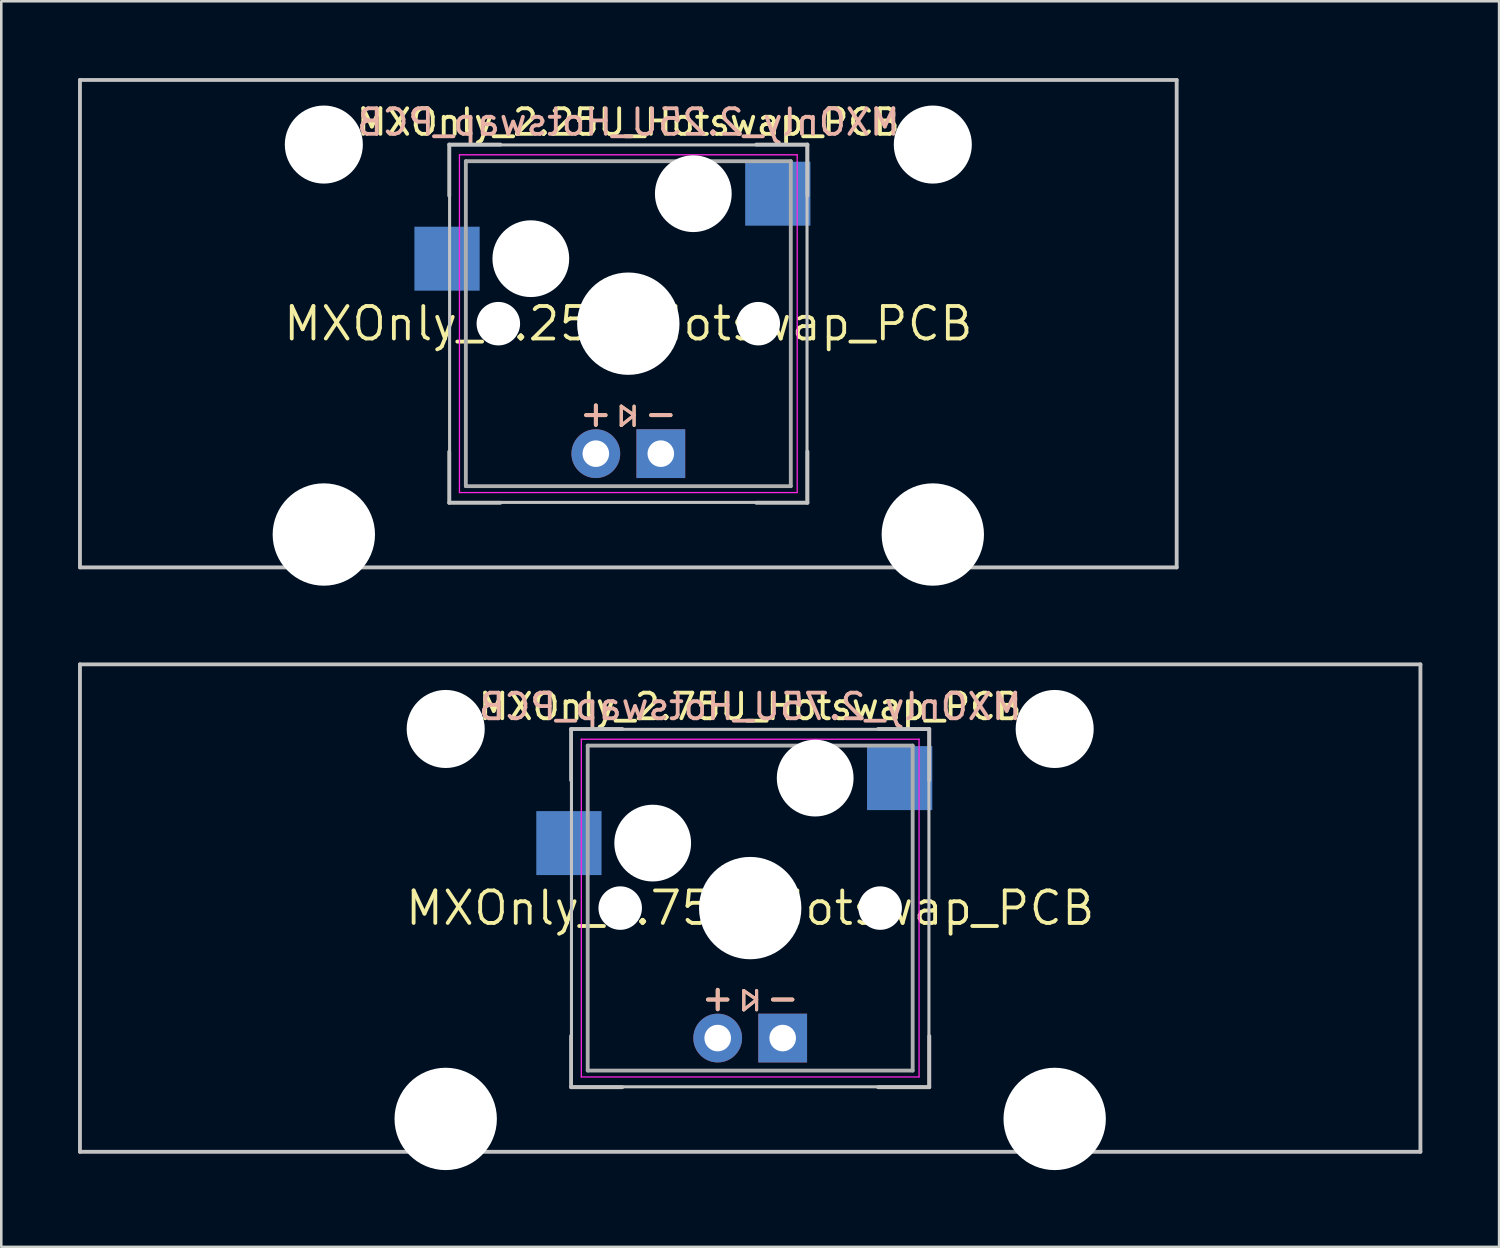
<source format=kicad_pcb>
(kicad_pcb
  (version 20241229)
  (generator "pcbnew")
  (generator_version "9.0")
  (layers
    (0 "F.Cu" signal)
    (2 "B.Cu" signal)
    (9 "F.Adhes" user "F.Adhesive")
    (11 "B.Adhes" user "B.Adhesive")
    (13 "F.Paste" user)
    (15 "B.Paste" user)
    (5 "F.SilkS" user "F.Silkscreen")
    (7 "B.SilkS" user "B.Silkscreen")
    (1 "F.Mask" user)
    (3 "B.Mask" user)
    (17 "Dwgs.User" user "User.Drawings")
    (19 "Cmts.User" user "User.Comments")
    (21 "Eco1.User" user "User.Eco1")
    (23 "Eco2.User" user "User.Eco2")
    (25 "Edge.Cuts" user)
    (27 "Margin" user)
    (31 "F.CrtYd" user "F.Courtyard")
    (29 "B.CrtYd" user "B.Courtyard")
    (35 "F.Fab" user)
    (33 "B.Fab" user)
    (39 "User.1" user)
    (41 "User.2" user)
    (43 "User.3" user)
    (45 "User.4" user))
  (footprint "MXOnly_2.25U_Hotswap_PCB"
    (layer "F.Cu")
    (at 21.506 9.6)
    (property "Reference" "MXOnly_2.25U_Hotswap_PCB" (at 0 0 0) (layer "F.SilkS") (effects (font (size 1.27 1.27) (thickness 0.15))))
    (attr through_hole)
    (fp_line (start -0.275 3.225) (end -0.275 3.975) (stroke (width 0.12) (type solid)) (layer "F.SilkS"))
    (fp_line (start -0.275 3.975) (end 0.225 3.575) (stroke (width 0.12) (type solid)) (layer "F.SilkS"))
    (fp_line (start 0.225 3.225) (end 0.225 3.975) (stroke (width 0.12) (type solid)) (layer "F.SilkS"))
    (fp_line (start 0.225 3.575) (end -0.275 3.225) (stroke (width 0.12) (type solid)) (layer "F.SilkS"))
    (fp_line (start -0.275 3.225) (end -0.275 3.975) (stroke (width 0.12) (type solid)) (layer "B.SilkS"))
    (fp_line (start -0.275 3.975) (end 0.225 3.575) (stroke (width 0.12) (type solid)) (layer "B.SilkS"))
    (fp_line (start 0.225 3.225) (end 0.225 3.975) (stroke (width 0.12) (type solid)) (layer "B.SilkS"))
    (fp_line (start 0.225 3.575) (end -0.275 3.225) (stroke (width 0.12) (type solid)) (layer "B.SilkS"))
    (fp_line (start -21.431 -9.525) (end 21.431 -9.525) (stroke (width 0.15) (type solid)) (layer "Dwgs.User"))
    (fp_line (start -21.431 9.525) (end -21.431 -9.525) (stroke (width 0.15) (type solid)) (layer "Dwgs.User"))
    (fp_line (start -7 -7) (end -7 -5) (stroke (width 0.15) (type solid)) (layer "Dwgs.User"))
    (fp_line (start -7 5) (end -7 7) (stroke (width 0.15) (type solid)) (layer "Dwgs.User"))
    (fp_line (start -7 7) (end -5 7) (stroke (width 0.15) (type solid)) (layer "Dwgs.User"))
    (fp_line (start -6.985 -6.985) (end 6.985 -6.985) (stroke (width 0.12) (type solid)) (layer "Dwgs.User"))
    (fp_line (start -6.985 6.985) (end -6.985 -6.985) (stroke (width 0.12) (type solid)) (layer "Dwgs.User"))
    (fp_line (start -5 -7) (end -7 -7) (stroke (width 0.15) (type solid)) (layer "Dwgs.User"))
    (fp_line (start 5 -7) (end 7 -7) (stroke (width 0.15) (type solid)) (layer "Dwgs.User"))
    (fp_line (start 5 7) (end 7 7) (stroke (width 0.15) (type solid)) (layer "Dwgs.User"))
    (fp_line (start 6.985 -6.985) (end 6.985 6.985) (stroke (width 0.12) (type solid)) (layer "Dwgs.User"))
    (fp_line (start 6.985 6.985) (end -6.985 6.985) (stroke (width 0.12) (type solid)) (layer "Dwgs.User"))
    (fp_line (start 7 -7) (end 7 -5) (stroke (width 0.15) (type solid)) (layer "Dwgs.User"))
    (fp_line (start 7 7) (end 7 5) (stroke (width 0.15) (type solid)) (layer "Dwgs.User"))
    (fp_line (start 21.431 -9.525) (end 21.431 9.525) (stroke (width 0.15) (type solid)) (layer "Dwgs.User"))
    (fp_line (start 21.431 9.525) (end -21.431 9.525) (stroke (width 0.15) (type solid)) (layer "Dwgs.User"))
    (fp_line (start -16.129 -2.286) (end -15.265 -2.286) (stroke (width 0.05) (type solid)) (layer "Eco1.User"))
    (fp_line (start -16.129 0.508) (end -16.129 -2.286) (stroke (width 0.05) (type solid)) (layer "Eco1.User"))
    (fp_line (start -15.265 -5.69) (end -8.611 -5.69) (stroke (width 0.05) (type solid)) (layer "Eco1.User"))
    (fp_line (start -15.265 -2.286) (end -15.265 -5.69) (stroke (width 0.05) (type solid)) (layer "Eco1.User"))
    (fp_line (start -15.265 0.508) (end -16.129 0.508) (stroke (width 0.05) (type solid)) (layer "Eco1.User"))
    (fp_line (start -15.265 6.604) (end -15.265 0.508) (stroke (width 0.05) (type solid)) (layer "Eco1.User"))
    (fp_line (start -14.224 6.604) (end -15.265 6.604) (stroke (width 0.05) (type solid)) (layer "Eco1.User"))
    (fp_line (start -14.224 7.772) (end -14.224 6.604) (stroke (width 0.05) (type solid)) (layer "Eco1.User"))
    (fp_line (start -9.652 6.604) (end -9.652 7.772) (stroke (width 0.05) (type solid)) (layer "Eco1.User"))
    (fp_line (start -9.652 7.772) (end -14.224 7.772) (stroke (width 0.05) (type solid)) (layer "Eco1.User"))
    (fp_line (start -8.611 -5.69) (end -8.611 -4.877) (stroke (width 0.05) (type solid)) (layer "Eco1.User"))
    (fp_line (start -8.611 -4.877) (end -6.985 -4.877) (stroke (width 0.05) (type solid)) (layer "Eco1.User"))
    (fp_line (start -8.611 5.817) (end -8.611 6.604) (stroke (width 0.05) (type solid)) (layer "Eco1.User"))
    (fp_line (start -8.611 6.604) (end -9.652 6.604) (stroke (width 0.05) (type solid)) (layer "Eco1.User"))
    (fp_line (start -6.985 -6.985) (end 6.985 -6.985) (stroke (width 0.05) (type solid)) (layer "Eco1.User"))
    (fp_line (start -6.985 -4.877) (end -6.985 -6.985) (stroke (width 0.05) (type solid)) (layer "Eco1.User"))
    (fp_line (start -6.985 5.817) (end -8.611 5.817) (stroke (width 0.05) (type solid)) (layer "Eco1.User"))
    (fp_line (start -6.985 6.985) (end -6.985 5.817) (stroke (width 0.05) (type solid)) (layer "Eco1.User"))
    (fp_line (start 6.985 -6.985) (end 6.985 -4.877) (stroke (width 0.05) (type solid)) (layer "Eco1.User"))
    (fp_line (start 6.985 -4.877) (end 8.611 -4.877) (stroke (width 0.05) (type solid)) (layer "Eco1.User"))
    (fp_line (start 6.985 5.817) (end 6.985 6.985) (stroke (width 0.05) (type solid)) (layer "Eco1.User"))
    (fp_line (start 6.985 6.985) (end -6.985 6.985) (stroke (width 0.05) (type solid)) (layer "Eco1.User"))
    (fp_line (start 8.611 -5.69) (end 15.265 -5.69) (stroke (width 0.05) (type solid)) (layer "Eco1.User"))
    (fp_line (start 8.611 -4.877) (end 8.611 -5.69) (stroke (width 0.05) (type solid)) (layer "Eco1.User"))
    (fp_line (start 8.611 5.817) (end 6.985 5.817) (stroke (width 0.05) (type solid)) (layer "Eco1.User"))
    (fp_line (start 8.611 6.604) (end 8.611 5.817) (stroke (width 0.05) (type solid)) (layer "Eco1.User"))
    (fp_line (start 9.652 6.604) (end 8.611 6.604) (stroke (width 0.05) (type solid)) (layer "Eco1.User"))
    (fp_line (start 9.652 7.772) (end 9.652 6.604) (stroke (width 0.05) (type solid)) (layer "Eco1.User"))
    (fp_line (start 14.224 6.604) (end 14.224 7.772) (stroke (width 0.05) (type solid)) (layer "Eco1.User"))
    (fp_line (start 14.224 7.772) (end 9.652 7.772) (stroke (width 0.05) (type solid)) (layer "Eco1.User"))
    (fp_line (start 15.265 -5.69) (end 15.265 -2.286) (stroke (width 0.05) (type solid)) (layer "Eco1.User"))
    (fp_line (start 15.265 -2.286) (end 16.129 -2.286) (stroke (width 0.05) (type solid)) (layer "Eco1.User"))
    (fp_line (start 15.265 0.508) (end 15.265 6.604) (stroke (width 0.05) (type solid)) (layer "Eco1.User"))
    (fp_line (start 15.265 6.604) (end 14.224 6.604) (stroke (width 0.05) (type solid)) (layer "Eco1.User"))
    (fp_line (start 16.129 -2.286) (end 16.129 0.508) (stroke (width 0.05) (type solid)) (layer "Eco1.User"))
    (fp_line (start 16.129 0.508) (end 15.265 0.508) (stroke (width 0.05) (type solid)) (layer "Eco1.User"))
    (fp_line (start -6.6 -6.6) (end 6.6 -6.6) (stroke (width 0.05) (type solid)) (layer "F.CrtYd"))
    (fp_line (start -6.6 6.6) (end -6.6 -6.6) (stroke (width 0.05) (type solid)) (layer "F.CrtYd"))
    (fp_line (start 6.6 -6.6) (end 6.6 6.6) (stroke (width 0.05) (type solid)) (layer "F.CrtYd"))
    (fp_line (start 6.6 6.6) (end -6.6 6.6) (stroke (width 0.05) (type solid)) (layer "F.CrtYd"))
    (fp_line (start -6.35 -6.35) (end 6.35 -6.35) (stroke (width 0.15) (type solid)) (layer "F.Fab"))
    (fp_line (start -6.35 6.35) (end -6.35 -6.35) (stroke (width 0.15) (type solid)) (layer "F.Fab"))
    (fp_line (start 6.35 -6.35) (end 6.35 6.35) (stroke (width 0.15) (type solid)) (layer "F.Fab"))
    (fp_line (start 6.35 6.35) (end -6.35 6.35) (stroke (width 0.15) (type solid)) (layer "F.Fab"))
    (fp_text user "-" (at 1.27 3.5 0) (layer "F.SilkS") (effects (font (size 1 1) (thickness 0.15))))
    (fp_text user "${REFERENCE}" (at 0 -7.874 0) (layer "F.SilkS") (effects (font (size 1 1) (thickness 0.15))))
    (fp_text user "+" (at -1.27 3.5 0) (layer "F.SilkS") (effects (font (size 1 1) (thickness 0.15))))
    (fp_text user "-" (at 1.27 3.5 0) (layer "B.SilkS") (effects (font (size 1 1) (thickness 0.15))))
    (fp_text user "+" (at -1.27 3.5 0) (layer "B.SilkS") (effects (font (size 1 1) (thickness 0.15))))
    (fp_text user "${REFERENCE}" (at 0 -7.874 0) (layer "B.SilkS") (effects (font (size 1 1) (thickness 0.15)) (justify mirror)))
    (pad "" np_thru_hole circle (at -11.9 -7) (size 3.05 3.05) (drill 3.05) (layers "*.Cu" "*.Mask"))
    (pad "" np_thru_hole circle (at -11.9 8.24) (size 4 4) (drill 4) (layers "*.Cu" "*.Mask"))
    (pad "" np_thru_hole circle (at -5.08 0) (size 1.7 1.7) (drill 1.7) (layers "*.Cu" "*.Mask"))
    (pad "" np_thru_hole circle (at -3.81 -2.54) (size 3 3) (drill 3) (layers "*.Cu" "*.Mask"))
    (pad "" np_thru_hole circle (at 0 0) (size 4 4) (drill 4) (layers "*.Cu" "*.Mask"))
    (pad "" np_thru_hole circle (at 2.54 -5.08) (size 3 3) (drill 3) (layers "*.Cu" "*.Mask"))
    (pad "" np_thru_hole circle (at 5.08 0) (size 1.7 1.7) (drill 1.7) (layers "*.Cu" "*.Mask"))
    (pad "" np_thru_hole circle (at 11.9 -7) (size 3.05 3.05) (drill 3.05) (layers "*.Cu" "*.Mask"))
    (pad "" np_thru_hole circle (at 11.9 8.24) (size 4 4) (drill 4) (layers "*.Cu" "*.Mask"))
    (pad "1" smd rect (at -7.085 -2.54) (size 2.55 2.5) (layers "B.Cu" "B.Mask" "B.Paste"))
    (pad "1" thru_hole circle (at 2.54 -5.08) (size 2.2 2.2) (drill 1.5) (layers "*.Cu" "*.Mask"))
    (pad "2" thru_hole circle (at -3.81 -2.54) (size 2.2 2.2) (drill 1.5) (layers "*.Cu" "*.Mask"))
    (pad "2" smd rect (at 5.842 -5.08) (size 2.55 2.5) (layers "B.Cu" "B.Mask" "B.Paste"))
    (pad "3" thru_hole circle (at -1.27 5.08) (size 1.905 1.905) (drill 1.04) (layers "*.Cu" "*.Mask"))
    (pad "4" thru_hole rect (at 1.27 5.08) (size 1.905 1.905) (drill 1.04) (layers "*.Cu" "*.Mask")))
  (footprint "MXOnly_2.75U_Hotswap_PCB"
    (layer "F.Cu")
    (at 26.269 32.44)
    (property "Reference" "MXOnly_2.75U_Hotswap_PCB" (at 0 0 0) (layer "F.SilkS") (effects (font (size 1.27 1.27) (thickness 0.15))))
    (attr through_hole)
    (fp_line (start -0.25 3.225) (end -0.25 3.975) (stroke (width 0.12) (type solid)) (layer "F.SilkS"))
    (fp_line (start -0.25 3.975) (end 0.25 3.575) (stroke (width 0.12) (type solid)) (layer "F.SilkS"))
    (fp_line (start 0.25 3.225) (end 0.25 3.975) (stroke (width 0.12) (type solid)) (layer "F.SilkS"))
    (fp_line (start 0.25 3.575) (end -0.25 3.225) (stroke (width 0.12) (type solid)) (layer "F.SilkS"))
    (fp_line (start -0.25 3.225) (end -0.25 3.975) (stroke (width 0.12) (type solid)) (layer "B.SilkS"))
    (fp_line (start -0.25 3.975) (end 0.25 3.575) (stroke (width 0.12) (type solid)) (layer "B.SilkS"))
    (fp_line (start 0.25 3.225) (end 0.25 3.975) (stroke (width 0.12) (type solid)) (layer "B.SilkS"))
    (fp_line (start 0.25 3.575) (end -0.25 3.225) (stroke (width 0.12) (type solid)) (layer "B.SilkS"))
    (fp_line (start -26.194 -9.525) (end 26.194 -9.525) (stroke (width 0.15) (type solid)) (layer "Dwgs.User"))
    (fp_line (start -26.194 9.525) (end -26.194 -9.525) (stroke (width 0.15) (type solid)) (layer "Dwgs.User"))
    (fp_line (start -7 -7) (end -7 -5) (stroke (width 0.15) (type solid)) (layer "Dwgs.User"))
    (fp_line (start -7 5) (end -7 7) (stroke (width 0.15) (type solid)) (layer "Dwgs.User"))
    (fp_line (start -7 7) (end -5 7) (stroke (width 0.15) (type solid)) (layer "Dwgs.User"))
    (fp_line (start -6.985 -6.985) (end 6.985 -6.985) (stroke (width 0.12) (type solid)) (layer "Dwgs.User"))
    (fp_line (start -6.985 6.985) (end -6.985 -6.985) (stroke (width 0.12) (type solid)) (layer "Dwgs.User"))
    (fp_line (start -5 -7) (end -7 -7) (stroke (width 0.15) (type solid)) (layer "Dwgs.User"))
    (fp_line (start 5 -7) (end 7 -7) (stroke (width 0.15) (type solid)) (layer "Dwgs.User"))
    (fp_line (start 5 7) (end 7 7) (stroke (width 0.15) (type solid)) (layer "Dwgs.User"))
    (fp_line (start 6.985 -6.985) (end 6.985 6.985) (stroke (width 0.12) (type solid)) (layer "Dwgs.User"))
    (fp_line (start 6.985 6.985) (end -6.985 6.985) (stroke (width 0.12) (type solid)) (layer "Dwgs.User"))
    (fp_line (start 7 -7) (end 7 -5) (stroke (width 0.15) (type solid)) (layer "Dwgs.User"))
    (fp_line (start 7 7) (end 7 5) (stroke (width 0.15) (type solid)) (layer "Dwgs.User"))
    (fp_line (start 26.194 -9.525) (end 26.194 9.525) (stroke (width 0.15) (type solid)) (layer "Dwgs.User"))
    (fp_line (start 26.194 9.525) (end -26.194 9.525) (stroke (width 0.15) (type solid)) (layer "Dwgs.User"))
    (fp_line (start -16.129 -2.286) (end -15.265 -2.286) (stroke (width 0.05) (type solid)) (layer "Eco1.User"))
    (fp_line (start -16.129 0.508) (end -16.129 -2.286) (stroke (width 0.05) (type solid)) (layer "Eco1.User"))
    (fp_line (start -15.265 -5.69) (end -8.611 -5.69) (stroke (width 0.05) (type solid)) (layer "Eco1.User"))
    (fp_line (start -15.265 -2.286) (end -15.265 -5.69) (stroke (width 0.05) (type solid)) (layer "Eco1.User"))
    (fp_line (start -15.265 0.508) (end -16.129 0.508) (stroke (width 0.05) (type solid)) (layer "Eco1.User"))
    (fp_line (start -15.265 6.604) (end -15.265 0.508) (stroke (width 0.05) (type solid)) (layer "Eco1.User"))
    (fp_line (start -14.224 6.604) (end -15.265 6.604) (stroke (width 0.05) (type solid)) (layer "Eco1.User"))
    (fp_line (start -14.224 7.772) (end -14.224 6.604) (stroke (width 0.05) (type solid)) (layer "Eco1.User"))
    (fp_line (start -9.652 6.604) (end -9.652 7.772) (stroke (width 0.05) (type solid)) (layer "Eco1.User"))
    (fp_line (start -9.652 7.772) (end -14.224 7.772) (stroke (width 0.05) (type solid)) (layer "Eco1.User"))
    (fp_line (start -8.611 -5.69) (end -8.611 -4.877) (stroke (width 0.05) (type solid)) (layer "Eco1.User"))
    (fp_line (start -8.611 -4.877) (end -6.985 -4.877) (stroke (width 0.05) (type solid)) (layer "Eco1.User"))
    (fp_line (start -8.611 5.817) (end -8.611 6.604) (stroke (width 0.05) (type solid)) (layer "Eco1.User"))
    (fp_line (start -8.611 6.604) (end -9.652 6.604) (stroke (width 0.05) (type solid)) (layer "Eco1.User"))
    (fp_line (start -6.985 -6.985) (end 6.985 -6.985) (stroke (width 0.05) (type solid)) (layer "Eco1.User"))
    (fp_line (start -6.985 -4.877) (end -6.985 -6.985) (stroke (width 0.05) (type solid)) (layer "Eco1.User"))
    (fp_line (start -6.985 5.817) (end -8.611 5.817) (stroke (width 0.05) (type solid)) (layer "Eco1.User"))
    (fp_line (start -6.985 6.985) (end -6.985 5.817) (stroke (width 0.05) (type solid)) (layer "Eco1.User"))
    (fp_line (start 6.985 -6.985) (end 6.985 -4.877) (stroke (width 0.05) (type solid)) (layer "Eco1.User"))
    (fp_line (start 6.985 -4.877) (end 8.611 -4.877) (stroke (width 0.05) (type solid)) (layer "Eco1.User"))
    (fp_line (start 6.985 5.817) (end 6.985 6.985) (stroke (width 0.05) (type solid)) (layer "Eco1.User"))
    (fp_line (start 6.985 6.985) (end -6.985 6.985) (stroke (width 0.05) (type solid)) (layer "Eco1.User"))
    (fp_line (start 8.611 -5.69) (end 15.265 -5.69) (stroke (width 0.05) (type solid)) (layer "Eco1.User"))
    (fp_line (start 8.611 -4.877) (end 8.611 -5.69) (stroke (width 0.05) (type solid)) (layer "Eco1.User"))
    (fp_line (start 8.611 5.817) (end 6.985 5.817) (stroke (width 0.05) (type solid)) (layer "Eco1.User"))
    (fp_line (start 8.611 6.604) (end 8.611 5.817) (stroke (width 0.05) (type solid)) (layer "Eco1.User"))
    (fp_line (start 9.652 6.604) (end 8.611 6.604) (stroke (width 0.05) (type solid)) (layer "Eco1.User"))
    (fp_line (start 9.652 7.772) (end 9.652 6.604) (stroke (width 0.05) (type solid)) (layer "Eco1.User"))
    (fp_line (start 14.224 6.604) (end 14.224 7.772) (stroke (width 0.05) (type solid)) (layer "Eco1.User"))
    (fp_line (start 14.224 7.772) (end 9.652 7.772) (stroke (width 0.05) (type solid)) (layer "Eco1.User"))
    (fp_line (start 15.265 -5.69) (end 15.265 -2.286) (stroke (width 0.05) (type solid)) (layer "Eco1.User"))
    (fp_line (start 15.265 -2.286) (end 16.129 -2.286) (stroke (width 0.05) (type solid)) (layer "Eco1.User"))
    (fp_line (start 15.265 0.508) (end 15.265 6.604) (stroke (width 0.05) (type solid)) (layer "Eco1.User"))
    (fp_line (start 15.265 6.604) (end 14.224 6.604) (stroke (width 0.05) (type solid)) (layer "Eco1.User"))
    (fp_line (start 16.129 -2.286) (end 16.129 0.508) (stroke (width 0.05) (type solid)) (layer "Eco1.User"))
    (fp_line (start 16.129 0.508) (end 15.265 0.508) (stroke (width 0.05) (type solid)) (layer "Eco1.User"))
    (fp_line (start -6.6 -6.6) (end 6.6 -6.6) (stroke (width 0.05) (type solid)) (layer "F.CrtYd"))
    (fp_line (start -6.6 6.6) (end -6.6 -6.6) (stroke (width 0.05) (type solid)) (layer "F.CrtYd"))
    (fp_line (start 6.6 -6.6) (end 6.6 6.6) (stroke (width 0.05) (type solid)) (layer "F.CrtYd"))
    (fp_line (start 6.6 6.6) (end -6.6 6.6) (stroke (width 0.05) (type solid)) (layer "F.CrtYd"))
    (fp_line (start -6.35 -6.35) (end 6.35 -6.35) (stroke (width 0.15) (type solid)) (layer "F.Fab"))
    (fp_line (start -6.35 6.35) (end -6.35 -6.35) (stroke (width 0.15) (type solid)) (layer "F.Fab"))
    (fp_line (start 6.35 -6.35) (end 6.35 6.35) (stroke (width 0.15) (type solid)) (layer "F.Fab"))
    (fp_line (start 6.35 6.35) (end -6.35 6.35) (stroke (width 0.15) (type solid)) (layer "F.Fab"))
    (fp_text user "-" (at 1.27 3.5 0) (layer "F.SilkS") (effects (font (size 1 1) (thickness 0.15))))
    (fp_text user "${REFERENCE}" (at 0 -7.874 0) (layer "F.SilkS") (effects (font (size 1 1) (thickness 0.15))))
    (fp_text user "+" (at -1.27 3.5 0) (layer "F.SilkS") (effects (font (size 1 1) (thickness 0.15))))
    (fp_text user "-" (at 1.27 3.5 0) (layer "B.SilkS") (effects (font (size 1 1) (thickness 0.15))))
    (fp_text user "${REFERENCE}" (at 0 -7.874 0) (layer "B.SilkS") (effects (font (size 1 1) (thickness 0.15)) (justify mirror)))
    (fp_text user "+" (at -1.27 3.5 0) (layer "B.SilkS") (effects (font (size 1 1) (thickness 0.15))))
    (pad "" np_thru_hole circle (at -11.9 -7) (size 3.05 3.05) (drill 3.05) (layers "*.Cu" "*.Mask"))
    (pad "" np_thru_hole circle (at -11.9 8.24) (size 4 4) (drill 4) (layers "*.Cu" "*.Mask"))
    (pad "" np_thru_hole circle (at -5.08 0) (size 1.7 1.7) (drill 1.7) (layers "*.Cu" "*.Mask"))
    (pad "" np_thru_hole circle (at -3.81 -2.54) (size 3 3) (drill 3) (layers "*.Cu" "*.Mask"))
    (pad "" np_thru_hole circle (at 0 0) (size 4 4) (drill 4) (layers "*.Cu" "*.Mask"))
    (pad "" np_thru_hole circle (at 2.54 -5.08) (size 3 3) (drill 3) (layers "*.Cu" "*.Mask"))
    (pad "" np_thru_hole circle (at 5.08 0) (size 1.7 1.7) (drill 1.7) (layers "*.Cu" "*.Mask"))
    (pad "" np_thru_hole circle (at 11.9 -7) (size 3.05 3.05) (drill 3.05) (layers "*.Cu" "*.Mask"))
    (pad "" np_thru_hole circle (at 11.9 8.24) (size 4 4) (drill 4) (layers "*.Cu" "*.Mask"))
    (pad "1" smd rect (at -7.085 -2.54) (size 2.55 2.5) (layers "B.Cu" "B.Mask" "B.Paste"))
    (pad "1" thru_hole circle (at 2.54 -5.08) (size 2.2 2.2) (drill 1.5) (layers "*.Cu" "*.Mask"))
    (pad "2" thru_hole circle (at -3.81 -2.54) (size 2.2 2.2) (drill 1.5) (layers "*.Cu" "*.Mask"))
    (pad "2" smd rect (at 5.842 -5.08) (size 2.55 2.5) (layers "B.Cu" "B.Mask" "B.Paste"))
    (pad "3" thru_hole circle (at -1.27 5.08) (size 1.905 1.905) (drill 1.04) (layers "*.Cu" "*.Mask"))
    (pad "4" thru_hole rect (at 1.27 5.08) (size 1.905 1.905) (drill 1.04) (layers "*.Cu" "*.Mask")))
  (gr_rect
    (start -3 -3)
    (end 55.538 45.68)
    (stroke (width 0.1) (type default))
    (fill no)
    (layer "Edge.Cuts")))
</source>
